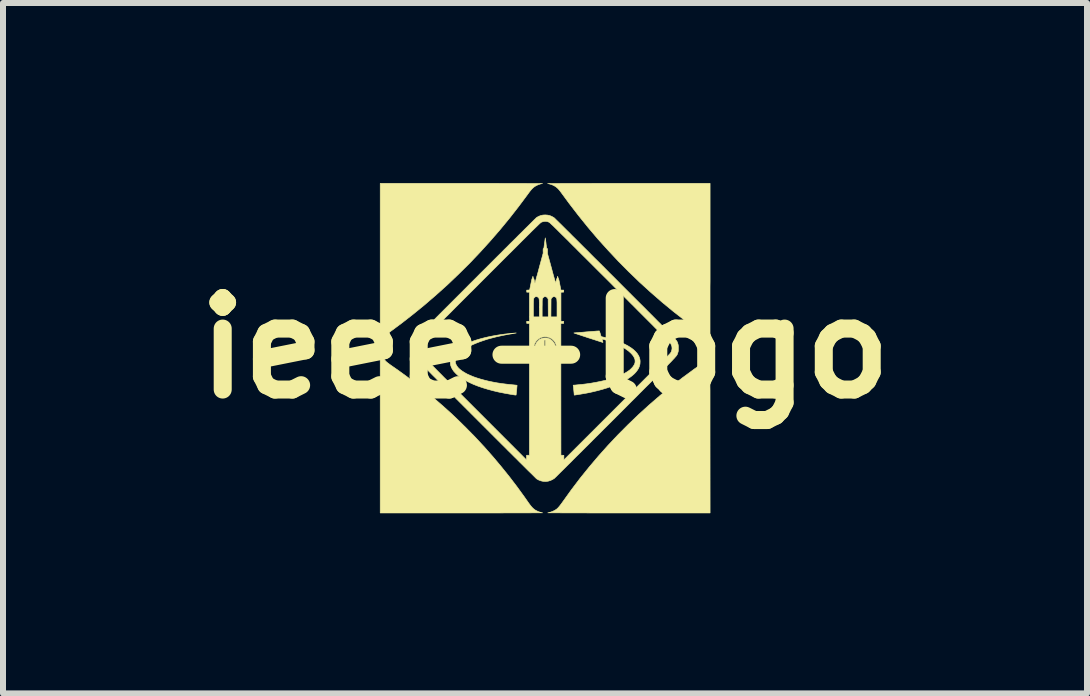
<source format=kicad_pcb>
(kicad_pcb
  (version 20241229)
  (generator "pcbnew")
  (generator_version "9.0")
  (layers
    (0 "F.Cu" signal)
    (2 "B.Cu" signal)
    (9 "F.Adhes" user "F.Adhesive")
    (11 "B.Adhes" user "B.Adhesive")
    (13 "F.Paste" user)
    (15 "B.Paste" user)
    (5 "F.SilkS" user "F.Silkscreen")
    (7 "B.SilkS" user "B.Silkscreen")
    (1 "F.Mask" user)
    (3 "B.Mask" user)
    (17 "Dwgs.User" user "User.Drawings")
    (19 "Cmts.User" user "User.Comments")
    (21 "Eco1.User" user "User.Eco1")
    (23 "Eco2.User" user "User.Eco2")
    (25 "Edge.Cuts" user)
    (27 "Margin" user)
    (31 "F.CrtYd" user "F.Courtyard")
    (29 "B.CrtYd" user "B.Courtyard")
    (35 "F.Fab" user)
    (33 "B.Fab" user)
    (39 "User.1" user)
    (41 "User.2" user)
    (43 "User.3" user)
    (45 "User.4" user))
  (footprint "ieee-logo"
    (layer "F.Cu")
    (at 6.031 2.751)
    (property "Reference" "ieee-logo" (at 0 0 0) (layer "F.SilkS") (effects (font (size 1.524 1.524) (thickness 0.3))))
    (attr through_hole)
    (fp_poly (pts (xy 0.028 -0.17) (xy 0.046 -0.167) (xy 0.077 -0.155) (xy 0.105 -0.138) (xy 0.129 -0.116) (xy 0.148 -0.091) (xy 0.163 -0.063) (xy 0.17 -0.043) (xy 0.175 -0.011) (xy 0.174 0.02) (xy 0.167 0.049) (xy 0.156 0.078) (xy 0.139 0.104) (xy 0.118 0.126) (xy 0.094 0.145) (xy 0.065 0.16) (xy 0.048 0.166) (xy 0.035 0.169) (xy 0.017 0.171) (xy -0.001 0.171) (xy -0.02 0.171) (xy -0.035 0.169) (xy -0.038 0.168) (xy -0.067 0.158) (xy -0.094 0.142) (xy -0.118 0.122) (xy -0.14 0.096) (xy -0.143 0.091) (xy -0.157 0.064) (xy -0.166 0.034) (xy -0.167 0.021) (xy -0.013 0.021) (xy 0.026 0.007) (xy 0.041 0.002) (xy 0.053 -0.002) (xy 0.061 -0.006) (xy 0.065 -0.007) (xy 0.066 -0.007) (xy 0.066 -0.011) (xy 0.064 -0.017) (xy 0.061 -0.021) (xy 0.06 -0.022) (xy 0.056 -0.021) (xy 0.048 -0.018) (xy 0.037 -0.014) (xy 0.032 -0.013) (xy 0.006 -0.003) (xy 0.005 -0.135) (xy -0.004 -0.136) (xy -0.013 -0.137) (xy -0.013 0.021) (xy -0.167 0.021) (xy -0.169 0.004) (xy -0.167 -0.027) (xy -0.16 -0.057) (xy -0.147 -0.085) (xy -0.143 -0.091) (xy -0.122 -0.118) (xy -0.098 -0.139) (xy -0.07 -0.156) (xy -0.059 -0.161) (xy -0.041 -0.167) (xy -0.018 -0.17) (xy 0.005 -0.171) (xy 0.028 -0.17)) (stroke (width 0.01) (type solid)) (fill yes) (layer "F.SilkS"))
    (fp_poly (pts (xy 2.746 0.045) (xy 2.747 0.053) (xy 2.747 0.067) (xy 2.747 0.087) (xy 2.747 0.112) (xy 2.747 0.143) (xy 2.747 0.178) (xy 2.748 0.219) (xy 2.748 0.264) (xy 2.748 0.314) (xy 2.748 0.368) (xy 2.748 0.427) (xy 2.748 0.489) (xy 2.748 0.555) (xy 2.748 0.624) (xy 2.749 0.697) (xy 2.749 0.773) (xy 2.749 0.852) (xy 2.749 0.934) (xy 2.749 1.018) (xy 2.749 1.105) (xy 2.749 1.193) (xy 2.749 1.284) (xy 2.749 1.376) (xy 2.749 1.385) (xy 2.75 2.746) (xy 1.388 2.746) (xy 1.29 2.746) (xy 1.195 2.746) (xy 1.102 2.746) (xy 1.011 2.746) (xy 0.924 2.746) (xy 0.84 2.746) (xy 0.759 2.746) (xy 0.681 2.745) (xy 0.607 2.745) (xy 0.536 2.745) (xy 0.47 2.745) (xy 0.408 2.745) (xy 0.35 2.745) (xy 0.296 2.745) (xy 0.247 2.744) (xy 0.204 2.744) (xy 0.165 2.744) (xy 0.131 2.744) (xy 0.102 2.744) (xy 0.08 2.744) (xy 0.062 2.743) (xy 0.051 2.743) (xy 0.046 2.743) (xy 0.046 2.743) (xy 0.086 2.734) (xy 0.125 2.72) (xy 0.162 2.702) (xy 0.178 2.692) (xy 0.192 2.683) (xy 0.204 2.672) (xy 0.218 2.659) (xy 0.231 2.644) (xy 0.246 2.626) (xy 0.263 2.604) (xy 0.283 2.577) (xy 0.3 2.553) (xy 0.44 2.358) (xy 0.585 2.167) (xy 0.736 1.98) (xy 0.891 1.797) (xy 1.05 1.619) (xy 1.215 1.444) (xy 1.384 1.274) (xy 1.557 1.108) (xy 1.734 0.947) (xy 1.916 0.79) (xy 2.101 0.639) (xy 2.291 0.492) (xy 2.484 0.35) (xy 2.552 0.302) (xy 2.582 0.281) (xy 2.608 0.262) (xy 2.629 0.246) (xy 2.647 0.231) (xy 2.662 0.218) (xy 2.674 0.205) (xy 2.685 0.192) (xy 2.695 0.179) (xy 2.698 0.174) (xy 2.719 0.135) (xy 2.735 0.094) (xy 2.745 0.052) (xy 2.746 0.044) (xy 2.746 0.045)) (stroke (width 0.01) (type solid)) (fill yes) (layer "F.SilkS"))
    (fp_poly (pts (xy 2.75 -1.383) (xy 2.75 -1.29) (xy 2.75 -1.199) (xy 2.75 -1.11) (xy 2.749 -1.022) (xy 2.749 -0.937) (xy 2.749 -0.855) (xy 2.749 -0.775) (xy 2.749 -0.698) (xy 2.749 -0.624) (xy 2.749 -0.553) (xy 2.749 -0.486) (xy 2.749 -0.422) (xy 2.749 -0.362) (xy 2.749 -0.307) (xy 2.749 -0.255) (xy 2.749 -0.208) (xy 2.749 -0.166) (xy 2.749 -0.129) (xy 2.748 -0.096) (xy 2.748 -0.07) (xy 2.748 -0.048) (xy 2.748 -0.032) (xy 2.748 -0.023) (xy 2.748 -0.019) (xy 2.748 -0.019) (xy 2.747 -0.022) (xy 2.746 -0.028) (xy 2.744 -0.049) (xy 2.739 -0.073) (xy 2.73 -0.099) (xy 2.719 -0.126) (xy 2.707 -0.151) (xy 2.692 -0.174) (xy 2.691 -0.176) (xy 2.683 -0.187) (xy 2.674 -0.197) (xy 2.664 -0.207) (xy 2.652 -0.219) (xy 2.637 -0.231) (xy 2.62 -0.245) (xy 2.598 -0.262) (xy 2.573 -0.28) (xy 2.543 -0.302) (xy 2.542 -0.303) (xy 2.34 -0.454) (xy 2.142 -0.608) (xy 1.949 -0.767) (xy 1.761 -0.931) (xy 1.576 -1.099) (xy 1.397 -1.272) (xy 1.221 -1.449) (xy 1.05 -1.632) (xy 0.882 -1.818) (xy 0.719 -2.01) (xy 0.56 -2.207) (xy 0.405 -2.408) (xy 0.278 -2.581) (xy 0.258 -2.608) (xy 0.241 -2.63) (xy 0.225 -2.648) (xy 0.211 -2.663) (xy 0.196 -2.676) (xy 0.181 -2.688) (xy 0.174 -2.693) (xy 0.141 -2.712) (xy 0.105 -2.727) (xy 0.066 -2.738) (xy 0.043 -2.743) (xy 0.044 -2.743) (xy 0.052 -2.743) (xy 0.066 -2.743) (xy 0.086 -2.744) (xy 0.111 -2.744) (xy 0.142 -2.744) (xy 0.178 -2.744) (xy 0.22 -2.744) (xy 0.266 -2.745) (xy 0.317 -2.745) (xy 0.372 -2.745) (xy 0.432 -2.745) (xy 0.497 -2.745) (xy 0.565 -2.745) (xy 0.637 -2.745) (xy 0.713 -2.745) (xy 0.792 -2.746) (xy 0.875 -2.746) (xy 0.96 -2.746) (xy 1.049 -2.746) (xy 1.141 -2.746) (xy 1.235 -2.746) (xy 1.332 -2.746) (xy 1.387 -2.746) (xy 2.75 -2.746) (xy 2.75 -1.383)) (stroke (width 0.01) (type solid)) (fill yes) (layer "F.SilkS"))
    (fp_poly (pts (xy -0.481 -0.253) (xy -0.48 -0.253) (xy -0.483 -0.252) (xy -0.491 -0.251) (xy -0.504 -0.248) (xy -0.52 -0.245) (xy -0.54 -0.242) (xy -0.553 -0.24) (xy -0.641 -0.225) (xy -0.725 -0.208) (xy -0.806 -0.19) (xy -0.884 -0.17) (xy -0.958 -0.15) (xy -1.028 -0.127) (xy -1.094 -0.104) (xy -1.155 -0.08) (xy -1.213 -0.055) (xy -1.265 -0.029) (xy -1.313 -0.002) (xy -1.356 0.025) (xy -1.393 0.054) (xy -1.425 0.082) (xy -1.452 0.111) (xy -1.472 0.14) (xy -1.486 0.17) (xy -1.489 0.177) (xy -1.493 0.192) (xy -1.495 0.205) (xy -1.495 0.22) (xy -1.495 0.225) (xy -1.49 0.253) (xy -1.479 0.28) (xy -1.462 0.307) (xy -1.44 0.333) (xy -1.412 0.358) (xy -1.378 0.383) (xy -1.34 0.407) (xy -1.297 0.431) (xy -1.248 0.453) (xy -1.196 0.475) (xy -1.139 0.495) (xy -1.078 0.514) (xy -1.013 0.532) (xy -0.945 0.549) (xy -0.873 0.564) (xy -0.798 0.578) (xy -0.719 0.59) (xy -0.638 0.6) (xy -0.554 0.609) (xy -0.53 0.611) (xy -0.511 0.613) (xy -0.494 0.615) (xy -0.48 0.616) (xy -0.471 0.618) (xy -0.467 0.619) (xy -0.466 0.619) (xy -0.466 0.622) (xy -0.467 0.631) (xy -0.468 0.644) (xy -0.47 0.66) (xy -0.471 0.678) (xy -0.473 0.697) (xy -0.475 0.717) (xy -0.477 0.736) (xy -0.479 0.752) (xy -0.48 0.766) (xy -0.482 0.776) (xy -0.482 0.78) (xy -0.482 0.78) (xy -0.485 0.781) (xy -0.492 0.781) (xy -0.501 0.78) (xy -0.51 0.779) (xy -0.511 0.779) (xy -0.517 0.778) (xy -0.527 0.776) (xy -0.542 0.774) (xy -0.56 0.771) (xy -0.578 0.768) (xy -0.678 0.75) (xy -0.774 0.731) (xy -0.866 0.709) (xy -0.954 0.685) (xy -1.037 0.66) (xy -1.116 0.633) (xy -1.19 0.604) (xy -1.258 0.573) (xy -1.321 0.541) (xy -1.378 0.507) (xy -1.427 0.475) (xy -1.446 0.459) (xy -1.466 0.441) (xy -1.486 0.422) (xy -1.505 0.402) (xy -1.522 0.383) (xy -1.533 0.367) (xy -1.552 0.336) (xy -1.565 0.307) (xy -1.574 0.279) (xy -1.578 0.249) (xy -1.579 0.23) (xy -1.578 0.205) (xy -1.575 0.183) (xy -1.569 0.162) (xy -1.56 0.141) (xy -1.543 0.109) (xy -1.522 0.078) (xy -1.495 0.049) (xy -1.463 0.021) (xy -1.426 -0.007) (xy -1.413 -0.016) (xy -1.395 -0.027) (xy -1.373 -0.039) (xy -1.348 -0.052) (xy -1.321 -0.066) (xy -1.294 -0.079) (xy -1.268 -0.091) (xy -1.245 -0.101) (xy -1.243 -0.101) (xy -1.179 -0.125) (xy -1.109 -0.147) (xy -1.035 -0.167) (xy -0.956 -0.186) (xy -0.873 -0.203) (xy -0.787 -0.218) (xy -0.7 -0.231) (xy -0.683 -0.233) (xy -0.662 -0.236) (xy -0.64 -0.238) (xy -0.616 -0.241) (xy -0.592 -0.243) (xy -0.569 -0.246) (xy -0.546 -0.248) (xy -0.525 -0.25) (xy -0.508 -0.251) (xy -0.494 -0.253) (xy -0.485 -0.253) (xy -0.481 -0.253)) (stroke (width 0.01) (type solid)) (fill yes) (layer "F.SilkS"))
    (fp_poly (pts (xy -1.384 -2.746) (xy -1.291 -2.746) (xy -1.2 -2.746) (xy -1.111 -2.746) (xy -1.025 -2.746) (xy -0.94 -2.746) (xy -0.858 -2.746) (xy -0.779 -2.746) (xy -0.703 -2.745) (xy -0.629 -2.745) (xy -0.56 -2.745) (xy -0.493 -2.745) (xy -0.43 -2.745) (xy -0.372 -2.745) (xy -0.317 -2.745) (xy -0.267 -2.744) (xy -0.221 -2.744) (xy -0.18 -2.744) (xy -0.144 -2.744) (xy -0.113 -2.744) (xy -0.087 -2.744) (xy -0.067 -2.743) (xy -0.052 -2.743) (xy -0.044 -2.743) (xy -0.041 -2.743) (xy -0.041 -2.743) (xy -0.073 -2.737) (xy -0.106 -2.726) (xy -0.139 -2.712) (xy -0.169 -2.695) (xy -0.179 -2.688) (xy -0.193 -2.677) (xy -0.206 -2.665) (xy -0.22 -2.651) (xy -0.235 -2.634) (xy -0.252 -2.613) (xy -0.271 -2.588) (xy -0.292 -2.559) (xy -0.441 -2.359) (xy -0.594 -2.163) (xy -0.753 -1.97) (xy -0.917 -1.781) (xy -1.086 -1.595) (xy -1.259 -1.413) (xy -1.438 -1.236) (xy -1.62 -1.062) (xy -1.808 -0.893) (xy -1.999 -0.728) (xy -2.195 -0.568) (xy -2.395 -0.412) (xy -2.576 -0.278) (xy -2.594 -0.264) (xy -2.612 -0.25) (xy -2.629 -0.237) (xy -2.643 -0.226) (xy -2.653 -0.217) (xy -2.654 -0.215) (xy -2.682 -0.183) (xy -2.706 -0.146) (xy -2.724 -0.105) (xy -2.734 -0.074) (xy -2.738 -0.055) (xy -2.741 -0.031) (xy -2.742 -0.004) (xy -2.741 0.022) (xy -2.739 0.048) (xy -2.736 0.069) (xy -2.734 0.077) (xy -2.723 0.111) (xy -2.71 0.141) (xy -2.693 0.17) (xy -2.673 0.196) (xy -2.649 0.222) (xy -2.619 0.247) (xy -2.584 0.273) (xy -2.573 0.281) (xy -2.426 0.384) (xy -2.278 0.492) (xy -2.13 0.606) (xy -1.983 0.724) (xy -1.837 0.846) (xy -1.693 0.971) (xy -1.552 1.098) (xy -1.543 1.107) (xy -1.519 1.13) (xy -1.491 1.156) (xy -1.46 1.186) (xy -1.427 1.218) (xy -1.392 1.252) (xy -1.357 1.287) (xy -1.321 1.322) (xy -1.286 1.358) (xy -1.252 1.392) (xy -1.22 1.425) (xy -1.19 1.455) (xy -1.164 1.482) (xy -1.153 1.494) (xy -1.007 1.651) (xy -0.867 1.81) (xy -0.731 1.972) (xy -0.598 2.137) (xy -0.468 2.307) (xy -0.341 2.482) (xy -0.277 2.574) (xy -0.255 2.604) (xy -0.235 2.63) (xy -0.217 2.651) (xy -0.199 2.669) (xy -0.181 2.684) (xy -0.162 2.698) (xy -0.156 2.701) (xy -0.135 2.712) (xy -0.111 2.723) (xy -0.085 2.732) (xy -0.059 2.739) (xy -0.041 2.743) (xy -0.043 2.743) (xy -0.05 2.743) (xy -0.064 2.743) (xy -0.084 2.744) (xy -0.11 2.744) (xy -0.142 2.744) (xy -0.179 2.744) (xy -0.222 2.744) (xy -0.271 2.745) (xy -0.326 2.745) (xy -0.385 2.745) (xy -0.45 2.745) (xy -0.521 2.745) (xy -0.596 2.745) (xy -0.677 2.745) (xy -0.762 2.746) (xy -0.852 2.746) (xy -0.947 2.746) (xy -1.047 2.746) (xy -1.151 2.746) (xy -1.26 2.746) (xy -1.373 2.746) (xy -1.384 2.746) (xy -2.746 2.746) (xy -2.746 -2.746) (xy -1.384 -2.746)) (stroke (width 0.01) (type solid)) (fill yes) (layer "F.SilkS"))
    (fp_poly (pts (xy 0.906 -0.284) (xy 0.909 -0.276) (xy 0.913 -0.264) (xy 0.918 -0.249) (xy 0.921 -0.239) (xy 0.935 -0.193) (xy 0.994 -0.179) (xy 1.073 -0.159) (xy 1.147 -0.137) (xy 1.215 -0.114) (xy 1.278 -0.089) (xy 1.335 -0.063) (xy 1.387 -0.035) (xy 1.433 -0.006) (xy 1.473 0.024) (xy 1.507 0.056) (xy 1.535 0.088) (xy 1.557 0.122) (xy 1.562 0.131) (xy 1.573 0.158) (xy 1.58 0.183) (xy 1.584 0.21) (xy 1.584 0.229) (xy 1.582 0.264) (xy 1.573 0.299) (xy 1.56 0.332) (xy 1.54 0.365) (xy 1.514 0.399) (xy 1.488 0.427) (xy 1.45 0.46) (xy 1.407 0.492) (xy 1.358 0.523) (xy 1.304 0.553) (xy 1.244 0.583) (xy 1.179 0.611) (xy 1.109 0.637) (xy 1.035 0.662) (xy 0.956 0.686) (xy 0.874 0.708) (xy 0.787 0.729) (xy 0.697 0.748) (xy 0.604 0.764) (xy 0.602 0.765) (xy 0.579 0.768) (xy 0.558 0.772) (xy 0.538 0.775) (xy 0.522 0.777) (xy 0.51 0.779) (xy 0.506 0.78) (xy 0.487 0.782) (xy 0.48 0.711) (xy 0.478 0.689) (xy 0.476 0.67) (xy 0.474 0.652) (xy 0.472 0.639) (xy 0.471 0.63) (xy 0.471 0.628) (xy 0.469 0.617) (xy 0.499 0.615) (xy 0.511 0.614) (xy 0.528 0.612) (xy 0.548 0.61) (xy 0.571 0.608) (xy 0.594 0.605) (xy 0.603 0.605) (xy 0.688 0.595) (xy 0.77 0.583) (xy 0.849 0.569) (xy 0.924 0.554) (xy 0.995 0.538) (xy 1.063 0.52) (xy 1.127 0.501) (xy 1.186 0.481) (xy 1.241 0.459) (xy 1.291 0.436) (xy 1.336 0.413) (xy 1.377 0.388) (xy 1.412 0.363) (xy 1.441 0.336) (xy 1.465 0.309) (xy 1.483 0.282) (xy 1.496 0.254) (xy 1.499 0.241) (xy 1.501 0.215) (xy 1.498 0.188) (xy 1.488 0.161) (xy 1.473 0.133) (xy 1.452 0.106) (xy 1.425 0.078) (xy 1.394 0.05) (xy 1.357 0.023) (xy 1.316 -0.004) (xy 1.27 -0.03) (xy 1.219 -0.055) (xy 1.19 -0.068) (xy 1.171 -0.076) (xy 1.149 -0.085) (xy 1.125 -0.094) (xy 1.1 -0.103) (xy 1.075 -0.113) (xy 1.051 -0.122) (xy 1.027 -0.13) (xy 1.005 -0.137) (xy 0.986 -0.143) (xy 0.971 -0.148) (xy 0.959 -0.151) (xy 0.952 -0.152) (xy 0.951 -0.152) (xy 0.951 -0.148) (xy 0.953 -0.14) (xy 0.957 -0.129) (xy 0.959 -0.123) (xy 0.963 -0.108) (xy 0.965 -0.099) (xy 0.964 -0.095) (xy 0.964 -0.095) (xy 0.961 -0.096) (xy 0.952 -0.099) (xy 0.938 -0.103) (xy 0.919 -0.109) (xy 0.898 -0.116) (xy 0.872 -0.124) (xy 0.845 -0.133) (xy 0.815 -0.143) (xy 0.783 -0.153) (xy 0.75 -0.164) (xy 0.717 -0.174) (xy 0.685 -0.185) (xy 0.652 -0.196) (xy 0.621 -0.206) (xy 0.592 -0.216) (xy 0.565 -0.225) (xy 0.54 -0.233) (xy 0.52 -0.24) (xy 0.503 -0.245) (xy 0.49 -0.25) (xy 0.483 -0.252) (xy 0.481 -0.253) (xy 0.484 -0.254) (xy 0.493 -0.255) (xy 0.507 -0.256) (xy 0.526 -0.258) (xy 0.548 -0.259) (xy 0.573 -0.262) (xy 0.601 -0.264) (xy 0.631 -0.266) (xy 0.662 -0.269) (xy 0.694 -0.272) (xy 0.725 -0.274) (xy 0.756 -0.277) (xy 0.786 -0.279) (xy 0.814 -0.281) (xy 0.839 -0.283) (xy 0.861 -0.285) (xy 0.879 -0.286) (xy 0.893 -0.287) (xy 0.901 -0.287) (xy 0.904 -0.287) (xy 0.906 -0.284)) (stroke (width 0.01) (type solid)) (fill yes) (layer "F.SilkS"))
    (fp_poly (pts (xy 0.043 -2.217) (xy 0.079 -2.209) (xy 0.113 -2.195) (xy 0.146 -2.176) (xy 0.156 -2.169) (xy 0.159 -2.166) (xy 0.167 -2.158) (xy 0.179 -2.146) (xy 0.195 -2.13) (xy 0.216 -2.11) (xy 0.239 -2.087) (xy 0.267 -2.06) (xy 0.298 -2.029) (xy 0.332 -1.995) (xy 0.369 -1.958) (xy 0.41 -1.918) (xy 0.453 -1.874) (xy 0.499 -1.829) (xy 0.548 -1.78) (xy 0.599 -1.729) (xy 0.652 -1.676) (xy 0.708 -1.621) (xy 0.765 -1.563) (xy 0.824 -1.504) (xy 0.886 -1.443) (xy 0.948 -1.381) (xy 1.012 -1.317) (xy 1.077 -1.251) (xy 1.144 -1.185) (xy 1.174 -1.155) (xy 1.254 -1.074) (xy 1.33 -0.998) (xy 1.402 -0.926) (xy 1.47 -0.858) (xy 1.534 -0.794) (xy 1.594 -0.734) (xy 1.651 -0.678) (xy 1.703 -0.625) (xy 1.752 -0.576) (xy 1.798 -0.53) (xy 1.841 -0.487) (xy 1.88 -0.447) (xy 1.917 -0.411) (xy 1.95 -0.377) (xy 1.981 -0.346) (xy 2.009 -0.317) (xy 2.035 -0.291) (xy 2.058 -0.268) (xy 2.079 -0.246) (xy 2.098 -0.227) (xy 2.114 -0.209) (xy 2.129 -0.194) (xy 2.142 -0.18) (xy 2.154 -0.167) (xy 2.164 -0.156) (xy 2.172 -0.147) (xy 2.179 -0.138) (xy 2.185 -0.131) (xy 2.19 -0.124) (xy 2.195 -0.119) (xy 2.198 -0.114) (xy 2.2 -0.109) (xy 2.202 -0.105) (xy 2.204 -0.101) (xy 2.205 -0.098) (xy 2.207 -0.094) (xy 2.208 -0.091) (xy 2.209 -0.087) (xy 2.21 -0.083) (xy 2.211 -0.08) (xy 2.215 -0.069) (xy 2.217 -0.061) (xy 2.219 -0.052) (xy 2.22 -0.043) (xy 2.221 -0.031) (xy 2.221 -0.015) (xy 2.221 0) (xy 2.221 0.02) (xy 2.221 0.034) (xy 2.22 0.046) (xy 2.219 0.055) (xy 2.217 0.063) (xy 2.214 0.072) (xy 2.211 0.08) (xy 2.21 0.084) (xy 2.208 0.088) (xy 2.207 0.092) (xy 2.206 0.096) (xy 2.205 0.099) (xy 2.203 0.103) (xy 2.202 0.107) (xy 2.199 0.111) (xy 2.197 0.115) (xy 2.193 0.121) (xy 2.189 0.127) (xy 2.183 0.134) (xy 2.177 0.141) (xy 2.169 0.15) (xy 2.16 0.16) (xy 2.15 0.172) (xy 2.137 0.185) (xy 2.124 0.199) (xy 2.108 0.216) (xy 2.091 0.234) (xy 2.071 0.254) (xy 2.049 0.277) (xy 2.025 0.301) (xy 1.998 0.328) (xy 1.969 0.358) (xy 1.937 0.39) (xy 1.903 0.425) (xy 1.865 0.463) (xy 1.824 0.503) (xy 1.781 0.547) (xy 1.734 0.595) (xy 1.683 0.645) (xy 1.629 0.699) (xy 1.571 0.757) (xy 1.51 0.819) (xy 1.444 0.884) (xy 1.375 0.954) (xy 1.301 1.028) (xy 1.223 1.106) (xy 1.174 1.155) (xy 1.107 1.222) (xy 1.041 1.288) (xy 0.976 1.352) (xy 0.913 1.416) (xy 0.851 1.477) (xy 0.791 1.537) (xy 0.733 1.596) (xy 0.676 1.652) (xy 0.622 1.706) (xy 0.57 1.758) (xy 0.52 1.807) (xy 0.473 1.854) (xy 0.429 1.899) (xy 0.387 1.94) (xy 0.348 1.979) (xy 0.313 2.014) (xy 0.28 2.046) (xy 0.251 2.075) (xy 0.226 2.1) (xy 0.204 2.122) (xy 0.186 2.14) (xy 0.172 2.153) (xy 0.162 2.163) (xy 0.157 2.168) (xy 0.156 2.169) (xy 0.124 2.189) (xy 0.089 2.205) (xy 0.053 2.216) (xy 0.016 2.221) (xy -0.021 2.22) (xy -0.031 2.219) (xy -0.068 2.211) (xy -0.105 2.197) (xy -0.139 2.178) (xy -0.142 2.175) (xy -0.15 2.168) (xy -0.162 2.156) (xy -0.177 2.141) (xy -0.197 2.121) (xy -0.22 2.098) (xy -0.247 2.072) (xy -0.277 2.043) (xy -0.31 2.01) (xy -0.346 1.974) (xy -0.384 1.936) (xy -0.426 1.895) (xy -0.469 1.851) (xy -0.515 1.806) (xy -0.563 1.758) (xy -0.613 1.709) (xy -0.664 1.657) (xy -0.717 1.605) (xy -0.771 1.551) (xy -0.827 1.495) (xy -0.883 1.439) (xy -0.94 1.382) (xy -0.998 1.324) (xy -1.056 1.266) (xy -1.115 1.207) (xy -1.174 1.148) (xy -1.232 1.09) (xy -1.291 1.031) (xy -1.349 0.973) (xy -1.406 0.916) (xy -1.463 0.859) (xy -1.519 0.803) (xy -1.574 0.749) (xy -1.627 0.695) (xy -1.679 0.643) (xy -1.729 0.593) (xy -1.778 0.544) (xy -1.824 0.497) (xy -1.869 0.453) (xy -1.911 0.41) (xy -1.95 0.371) (xy -1.987 0.334) (xy -2.021 0.299) (xy -2.052 0.268) (xy -2.08 0.24) (xy -2.104 0.215) (xy -2.125 0.194) (xy -2.142 0.177) (xy -2.155 0.163) (xy -2.164 0.154) (xy -2.169 0.148) (xy -2.17 0.148) (xy -2.19 0.117) (xy -2.204 0.086) (xy -2.213 0.054) (xy -2.217 0.019) (xy -2.217 0) (xy -2.217 -0.006) (xy -2.111 -0.006) (xy -2.109 0.022) (xy -2.101 0.051) (xy -2.097 0.061) (xy -2.096 0.063) (xy -2.095 0.065) (xy -2.093 0.067) (xy -2.091 0.07) (xy -2.088 0.074) (xy -2.085 0.078) (xy -2.08 0.083) (xy -2.074 0.09) (xy -2.067 0.097) (xy -2.059 0.106) (xy -2.049 0.116) (xy -2.038 0.128) (xy -2.025 0.142) (xy -2.01 0.157) (xy -1.993 0.174) (xy -1.974 0.194) (xy -1.952 0.216) (xy -1.928 0.24) (xy -1.902 0.266) (xy -1.873 0.295) (xy -1.841 0.327) (xy -1.807 0.362) (xy -1.769 0.4) (xy -1.728 0.441) (xy -1.684 0.486) (xy -1.636 0.533) (xy -1.584 0.585) (xy -1.529 0.64) (xy -1.471 0.699) (xy -1.408 0.762) (xy -1.341 0.829) (xy -1.27 0.9) (xy -1.199 0.971) (xy -0.31 1.861) (xy -0.309 1.822) (xy -0.308 1.784) (xy -0.26 1.784) (xy -0.26 -0.012) (xy -0.186 -0.012) (xy -0.186 0.021) (xy -0.179 0.055) (xy -0.166 0.087) (xy -0.164 0.09) (xy -0.152 0.109) (xy -0.135 0.129) (xy -0.116 0.147) (xy -0.096 0.162) (xy -0.083 0.169) (xy -0.068 0.176) (xy -0.052 0.182) (xy -0.039 0.186) (xy -0.038 0.186) (xy -0.015 0.189) (xy 0.011 0.189) (xy 0.037 0.186) (xy 0.059 0.181) (xy 0.091 0.168) (xy 0.119 0.15) (xy 0.144 0.127) (xy 0.164 0.099) (xy 0.18 0.067) (xy 0.183 0.058) (xy 0.19 0.029) (xy 0.192 -0.002) (xy 0.189 -0.033) (xy 0.183 -0.058) (xy 0.169 -0.091) (xy 0.15 -0.12) (xy 0.127 -0.144) (xy 0.099 -0.163) (xy 0.068 -0.178) (xy 0.059 -0.181) (xy 0.024 -0.188) (xy -0.009 -0.189) (xy -0.042 -0.185) (xy -0.073 -0.174) (xy -0.103 -0.157) (xy -0.129 -0.134) (xy -0.13 -0.134) (xy -0.15 -0.111) (xy -0.165 -0.088) (xy -0.176 -0.063) (xy -0.181 -0.046) (xy -0.186 -0.012) (xy -0.26 -0.012) (xy -0.26 -0.413) (xy -0.305 -0.413) (xy -0.305 -0.448) (xy -0.26 -0.448) (xy -0.26 -0.676) (xy -0.194 -0.676) (xy -0.194 -0.521) (xy -0.095 -0.521) (xy -0.048 -0.521) (xy 0.054 -0.521) (xy 0.098 -0.521) (xy 0.2 -0.521) (xy 0.2 -0.665) (xy 0.2 -0.701) (xy 0.2 -0.732) (xy 0.2 -0.758) (xy 0.199 -0.779) (xy 0.198 -0.795) (xy 0.197 -0.809) (xy 0.196 -0.819) (xy 0.194 -0.827) (xy 0.191 -0.833) (xy 0.188 -0.838) (xy 0.185 -0.843) (xy 0.18 -0.847) (xy 0.179 -0.847) (xy 0.165 -0.856) (xy 0.15 -0.859) (xy 0.135 -0.856) (xy 0.122 -0.848) (xy 0.11 -0.835) (xy 0.108 -0.832) (xy 0.1 -0.818) (xy 0.099 -0.669) (xy 0.098 -0.521) (xy 0.054 -0.521) (xy 0.053 -0.669) (xy 0.052 -0.818) (xy 0.044 -0.832) (xy 0.034 -0.845) (xy 0.021 -0.854) (xy 0.006 -0.859) (xy -0.005 -0.859) (xy -0.018 -0.853) (xy -0.03 -0.844) (xy -0.039 -0.832) (xy -0.044 -0.821) (xy -0.045 -0.814) (xy -0.046 -0.8) (xy -0.047 -0.781) (xy -0.047 -0.755) (xy -0.047 -0.723) (xy -0.048 -0.685) (xy -0.048 -0.664) (xy -0.048 -0.521) (xy -0.095 -0.521) (xy -0.095 -0.668) (xy -0.095 -0.704) (xy -0.095 -0.735) (xy -0.095 -0.76) (xy -0.096 -0.78) (xy -0.096 -0.796) (xy -0.097 -0.809) (xy -0.099 -0.819) (xy -0.1 -0.827) (xy -0.103 -0.832) (xy -0.105 -0.837) (xy -0.109 -0.841) (xy -0.113 -0.845) (xy -0.115 -0.847) (xy -0.13 -0.856) (xy -0.145 -0.859) (xy -0.159 -0.857) (xy -0.173 -0.848) (xy -0.176 -0.845) (xy -0.18 -0.841) (xy -0.183 -0.837) (xy -0.186 -0.832) (xy -0.188 -0.826) (xy -0.19 -0.819) (xy -0.191 -0.81) (xy -0.192 -0.798) (xy -0.193 -0.782) (xy -0.193 -0.763) (xy -0.194 -0.739) (xy -0.194 -0.71) (xy -0.194 -0.676) (xy -0.26 -0.676) (xy -0.26 -0.933) (xy -0.305 -0.933) (xy -0.305 -0.968) (xy -0.281 -0.968) (xy -0.269 -0.969) (xy -0.261 -0.97) (xy -0.257 -0.971) (xy -0.256 -0.974) (xy -0.255 -0.978) (xy -0.253 -0.988) (xy -0.25 -1.003) (xy -0.246 -1.021) (xy -0.242 -1.042) (xy -0.237 -1.065) (xy -0.236 -1.071) (xy -0.23 -1.101) (xy -0.225 -1.125) (xy -0.221 -1.143) (xy -0.217 -1.155) (xy -0.215 -1.161) (xy -0.214 -1.162) (xy -0.212 -1.165) (xy -0.209 -1.173) (xy -0.206 -1.182) (xy -0.204 -1.192) (xy -0.202 -1.197) (xy -0.201 -1.197) (xy -0.2 -1.194) (xy -0.198 -1.184) (xy -0.197 -1.177) (xy -0.195 -1.169) (xy -0.191 -1.163) (xy -0.187 -1.158) (xy -0.184 -1.149) (xy -0.18 -1.134) (xy -0.177 -1.12) (xy -0.175 -1.106) (xy -0.172 -1.094) (xy -0.17 -1.086) (xy -0.168 -1.083) (xy -0.168 -1.083) (xy -0.167 -1.086) (xy -0.165 -1.094) (xy -0.161 -1.108) (xy -0.155 -1.127) (xy -0.149 -1.15) (xy -0.142 -1.177) (xy -0.133 -1.207) (xy -0.124 -1.24) (xy -0.114 -1.276) (xy -0.104 -1.314) (xy -0.099 -1.333) (xy -0.031 -1.583) (xy -0.032 -1.622) (xy -0.032 -1.638) (xy -0.031 -1.649) (xy -0.031 -1.656) (xy -0.029 -1.659) (xy -0.027 -1.66) (xy -0.025 -1.661) (xy -0.02 -1.662) (xy -0.019 -1.663) (xy -0.019 -1.667) (xy -0.018 -1.677) (xy -0.016 -1.69) (xy -0.014 -1.707) (xy -0.011 -1.726) (xy -0.009 -1.746) (xy -0.006 -1.766) (xy -0.003 -1.786) (xy -0.001 -1.803) (xy 0.001 -1.818) (xy 0.003 -1.83) (xy 0.004 -1.836) (xy 0.004 -1.837) (xy 0.005 -1.834) (xy 0.006 -1.826) (xy 0.008 -1.813) (xy 0.01 -1.796) (xy 0.013 -1.777) (xy 0.016 -1.755) (xy 0.018 -1.732) (xy 0.021 -1.712) (xy 0.023 -1.694) (xy 0.025 -1.68) (xy 0.027 -1.67) (xy 0.027 -1.666) (xy 0.031 -1.661) (xy 0.035 -1.661) (xy 0.038 -1.66) (xy 0.039 -1.658) (xy 0.04 -1.654) (xy 0.041 -1.646) (xy 0.041 -1.634) (xy 0.041 -1.618) (xy 0.041 -1.576) (xy 0.109 -1.328) (xy 0.119 -1.29) (xy 0.129 -1.253) (xy 0.138 -1.219) (xy 0.147 -1.188) (xy 0.155 -1.16) (xy 0.162 -1.136) (xy 0.168 -1.115) (xy 0.173 -1.1) (xy 0.176 -1.089) (xy 0.178 -1.084) (xy 0.178 -1.084) (xy 0.179 -1.088) (xy 0.182 -1.097) (xy 0.184 -1.11) (xy 0.187 -1.125) (xy 0.191 -1.143) (xy 0.195 -1.155) (xy 0.198 -1.161) (xy 0.199 -1.162) (xy 0.202 -1.165) (xy 0.204 -1.173) (xy 0.205 -1.177) (xy 0.207 -1.19) (xy 0.209 -1.196) (xy 0.211 -1.196) (xy 0.213 -1.19) (xy 0.214 -1.185) (xy 0.217 -1.174) (xy 0.22 -1.166) (xy 0.222 -1.163) (xy 0.224 -1.159) (xy 0.227 -1.15) (xy 0.231 -1.137) (xy 0.235 -1.119) (xy 0.24 -1.095) (xy 0.246 -1.066) (xy 0.246 -1.063) (xy 0.265 -0.968) (xy 0.288 -0.968) (xy 0.311 -0.968) (xy 0.311 -0.934) (xy 0.265 -0.932) (xy 0.265 -0.449) (xy 0.311 -0.447) (xy 0.311 -0.413) (xy 0.287 -0.413) (xy 0.264 -0.413) (xy 0.264 0.685) (xy 0.265 1.783) (xy 0.29 1.784) (xy 0.314 1.785) (xy 0.314 1.862) (xy 1.194 0.983) (xy 1.257 0.92) (xy 1.319 0.858) (xy 1.379 0.798) (xy 1.438 0.739) (xy 1.495 0.681) (xy 1.551 0.625) (xy 1.605 0.571) (xy 1.657 0.519) (xy 1.707 0.469) (xy 1.754 0.422) (xy 1.799 0.377) (xy 1.841 0.334) (xy 1.881 0.295) (xy 1.917 0.258) (xy 1.951 0.224) (xy 1.981 0.194) (xy 2.008 0.167) (xy 2.031 0.143) (xy 2.05 0.124) (xy 2.066 0.108) (xy 2.077 0.096) (xy 2.085 0.088) (xy 2.088 0.085) (xy 2.103 0.06) (xy 2.112 0.033) (xy 2.116 0.005) (xy 2.114 -0.024) (xy 2.106 -0.051) (xy 2.093 -0.077) (xy 2.088 -0.085) (xy 2.084 -0.088) (xy 2.077 -0.096) (xy 2.065 -0.108) (xy 2.05 -0.124) (xy 2.03 -0.144) (xy 2.006 -0.168) (xy 1.979 -0.195) (xy 1.949 -0.226) (xy 1.915 -0.26) (xy 1.878 -0.297) (xy 1.838 -0.337) (xy 1.795 -0.381) (xy 1.749 -0.427) (xy 1.701 -0.475) (xy 1.65 -0.526) (xy 1.597 -0.579) (xy 1.542 -0.634) (xy 1.485 -0.692) (xy 1.425 -0.751) (xy 1.365 -0.812) (xy 1.302 -0.874) (xy 1.238 -0.938) (xy 1.173 -1.003) (xy 1.107 -1.07) (xy 1.081 -1.096) (xy 1.001 -1.176) (xy 0.925 -1.251) (xy 0.853 -1.323) (xy 0.786 -1.39) (xy 0.723 -1.453) (xy 0.663 -1.513) (xy 0.607 -1.568) (xy 0.555 -1.62) (xy 0.507 -1.669) (xy 0.461 -1.714) (xy 0.419 -1.756) (xy 0.381 -1.795) (xy 0.345 -1.83) (xy 0.312 -1.863) (xy 0.281 -1.893) (xy 0.254 -1.92) (xy 0.229 -1.945) (xy 0.206 -1.968) (xy 0.186 -1.988) (xy 0.167 -2.006) (xy 0.151 -2.022) (xy 0.137 -2.036) (xy 0.124 -2.048) (xy 0.113 -2.058) (xy 0.103 -2.067) (xy 0.095 -2.075) (xy 0.089 -2.081) (xy 0.083 -2.086) (xy 0.078 -2.09) (xy 0.074 -2.093) (xy 0.072 -2.096) (xy 0.069 -2.097) (xy 0.068 -2.098) (xy 0.039 -2.109) (xy 0.01 -2.113) (xy -0.02 -2.111) (xy -0.049 -2.103) (xy -0.06 -2.099) (xy -0.062 -2.098) (xy -0.064 -2.097) (xy -0.066 -2.095) (xy -0.069 -2.093) (xy -0.073 -2.09) (xy -0.077 -2.086) (xy -0.082 -2.082) (xy -0.089 -2.076) (xy -0.096 -2.069) (xy -0.105 -2.061) (xy -0.115 -2.051) (xy -0.126 -2.04) (xy -0.139 -2.028) (xy -0.154 -2.013) (xy -0.171 -1.997) (xy -0.19 -1.978) (xy -0.211 -1.958) (xy -0.234 -1.935) (xy -0.259 -1.909) (xy -0.287 -1.882) (xy -0.318 -1.851) (xy -0.351 -1.818) (xy -0.388 -1.782) (xy -0.427 -1.742) (xy -0.469 -1.7) (xy -0.515 -1.654) (xy -0.564 -1.605) (xy -0.617 -1.553) (xy -0.673 -1.497) (xy -0.733 -1.437) (xy -0.797 -1.373) (xy -0.865 -1.305) (xy -0.937 -1.233) (xy -1.013 -1.157) (xy -1.083 -1.087) (xy -1.163 -1.006) (xy -1.239 -0.931) (xy -1.311 -0.859) (xy -1.378 -0.792) (xy -1.441 -0.729) (xy -1.501 -0.669) (xy -1.556 -0.613) (xy -1.608 -0.561) (xy -1.657 -0.513) (xy -1.702 -0.467) (xy -1.744 -0.425) (xy -1.783 -0.386) (xy -1.819 -0.35) (xy -1.852 -0.317) (xy -1.882 -0.287) (xy -1.909 -0.259) (xy -1.934 -0.234) (xy -1.957 -0.211) (xy -1.977 -0.191) (xy -1.995 -0.172) (xy -2.012 -0.156) (xy -2.026 -0.141) (xy -2.038 -0.128) (xy -2.049 -0.117) (xy -2.059 -0.107) (xy -2.067 -0.098) (xy -2.073 -0.091) (xy -2.079 -0.085) (xy -2.083 -0.08) (xy -2.087 -0.076) (xy -2.09 -0.072) (xy -2.092 -0.069) (xy -2.094 -0.067) (xy -2.095 -0.065) (xy -2.096 -0.063) (xy -2.096 -0.063) (xy -2.106 -0.034) (xy -2.111 -0.006) (xy -2.217 -0.006) (xy -2.215 -0.037) (xy -2.209 -0.07) (xy -2.197 -0.101) (xy -2.181 -0.132) (xy -2.17 -0.148) (xy -2.167 -0.151) (xy -2.159 -0.159) (xy -2.148 -0.171) (xy -2.132 -0.187) (xy -2.112 -0.207) (xy -2.089 -0.23) (xy -2.063 -0.257) (xy -2.033 -0.287) (xy -2 -0.32) (xy -1.964 -0.356) (xy -1.926 -0.395) (xy -1.885 -0.436) (xy -1.841 -0.48) (xy -1.796 -0.526) (xy -1.748 -0.574) (xy -1.698 -0.624) (xy -1.647 -0.675) (xy -1.594 -0.728) (xy -1.54 -0.782) (xy -1.484 -0.838) (xy -1.428 -0.894) (xy -1.371 -0.951) (xy -1.313 -1.009) (xy -1.255 -1.068) (xy -1.196 -1.126) (xy -1.137 -1.185) (xy -1.079 -1.244) (xy -1.02 -1.302) (xy -0.962 -1.36) (xy -0.905 -1.417) (xy -0.848 -1.474) (xy -0.792 -1.53) (xy -0.737 -1.584) (xy -0.684 -1.638) (xy -0.632 -1.689) (xy -0.582 -1.74) (xy -0.533 -1.788) (xy -0.486 -1.834) (xy -0.442 -1.879) (xy -0.4 -1.92) (xy -0.36 -1.96) (xy -0.323 -1.997) (xy -0.289 -2.03) (xy -0.258 -2.061) (xy -0.23 -2.089) (xy -0.206 -2.113) (xy -0.185 -2.134) (xy -0.167 -2.151) (xy -0.154 -2.164) (xy -0.145 -2.173) (xy -0.139 -2.177) (xy -0.139 -2.178) (xy -0.105 -2.197) (xy -0.071 -2.21) (xy -0.034 -2.218) (xy 0.003 -2.22) (xy 0.043 -2.217)) (stroke (width 0.01) (type solid)) (fill yes) (layer "F.SilkS")))
  (gr_rect
    (start -3 -3)
    (end 15.061 8.503)
    (stroke (width 0.1) (type default))
    (fill no)
    (layer "Edge.Cuts")))
</source>
